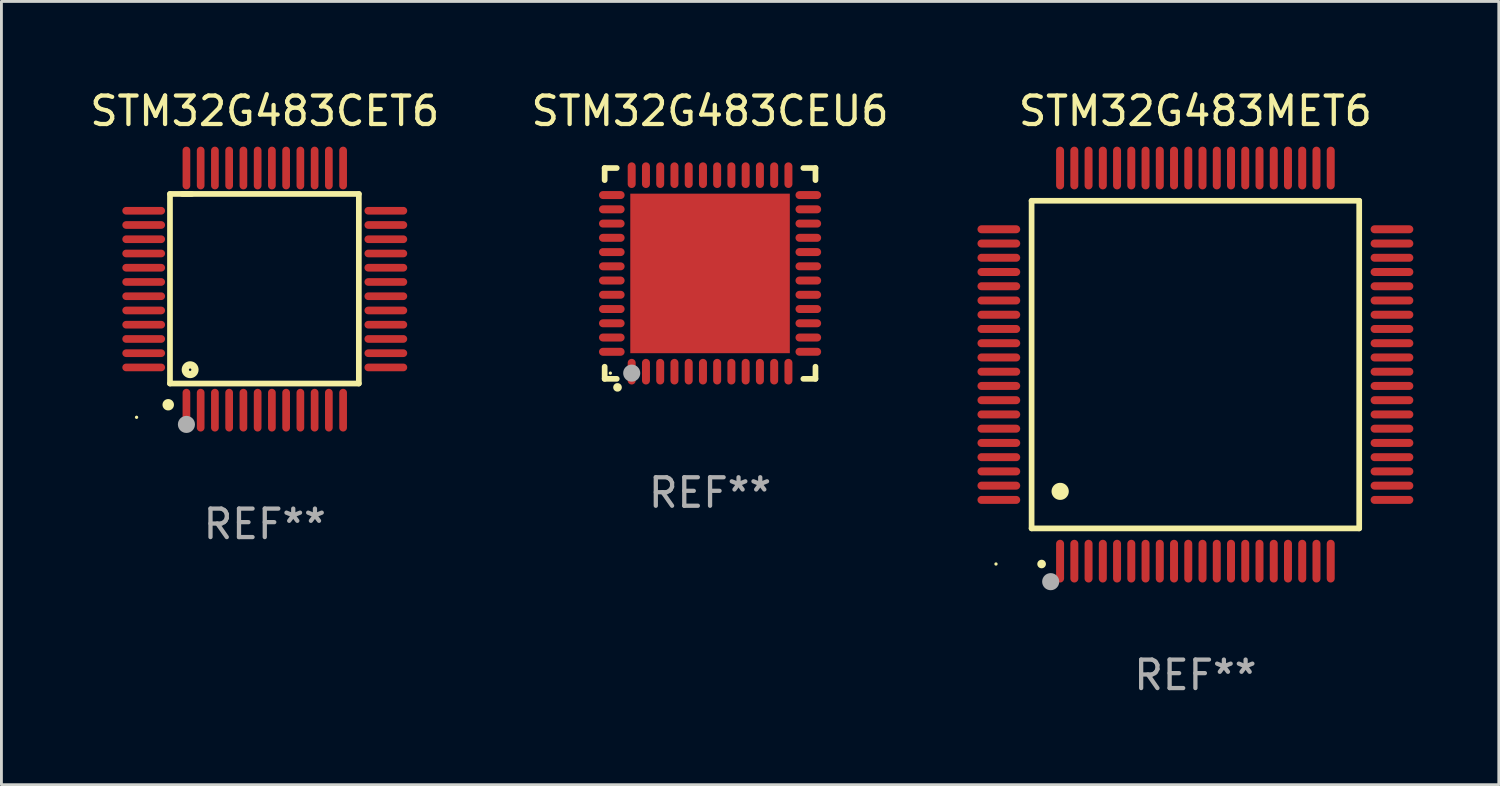
<source format=kicad_pcb>
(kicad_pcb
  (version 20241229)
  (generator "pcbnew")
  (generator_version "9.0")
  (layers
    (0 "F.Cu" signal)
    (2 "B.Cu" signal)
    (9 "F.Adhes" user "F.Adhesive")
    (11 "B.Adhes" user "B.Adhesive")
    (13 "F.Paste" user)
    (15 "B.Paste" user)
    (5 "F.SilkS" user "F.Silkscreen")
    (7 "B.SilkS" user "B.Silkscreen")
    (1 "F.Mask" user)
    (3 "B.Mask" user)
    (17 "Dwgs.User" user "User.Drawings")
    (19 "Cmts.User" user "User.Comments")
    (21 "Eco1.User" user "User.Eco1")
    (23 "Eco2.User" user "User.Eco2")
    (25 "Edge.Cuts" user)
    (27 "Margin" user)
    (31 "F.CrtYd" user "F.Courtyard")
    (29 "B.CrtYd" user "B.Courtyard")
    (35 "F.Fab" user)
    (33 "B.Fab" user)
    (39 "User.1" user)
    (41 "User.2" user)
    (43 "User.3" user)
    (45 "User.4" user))
  (footprint "STM32G483CET6"
    (layer "F.Cu")
    (at 6.244 7.098)
    (property "Reference" "STM32G483CET6" (at 0 -6.25 0) (layer "F.SilkS") (effects (font (size 1 1) (thickness 0.15))))
    (attr through_hole)
    (fp_line (start -3.327 -3.34) (end -2.565 -3.34) (stroke (width 0.2) (type solid)) (layer "F.SilkS"))
    (fp_line (start -3.327 3.315) (end -3.327 -3.34) (stroke (width 0.2) (type solid)) (layer "F.SilkS"))
    (fp_line (start -2.896 -3.34) (end 3.302 -3.34) (stroke (width 0.2) (type solid)) (layer "F.SilkS"))
    (fp_line (start 3.302 -3.34) (end 3.302 3.315) (stroke (width 0.2) (type solid)) (layer "F.SilkS"))
    (fp_line (start 3.302 3.315) (end -3.327 3.315) (stroke (width 0.2) (type solid)) (layer "F.SilkS"))
    (fp_arc (start -3.389992 4.059995) (mid -3.388722 4.059991) (end -3.387452 4.059995) (stroke (width 0.4) (type solid)) (layer "F.SilkS"))
    (fp_circle (center -4.5 4.5) (end -4.47 4.5) (stroke (width 0.06) (type solid)) (fill no) (layer "F.SilkS"))
    (fp_circle (center -2.62 2.83) (end -2.45 2.83) (stroke (width 0.254) (type solid)) (fill no) (layer "F.SilkS"))
    (fp_circle (center -2.75 4.75) (end -2.6 4.75) (stroke (width 0.3) (type solid)) (fill no) (layer "F.Fab"))
    (fp_text user "REF**" (at 0 8.25 0) (layer "F.Fab") (effects (font (size 1 1) (thickness 0.15))))
    (pad "1" smd oval (at -2.75 4.25) (size 0.27 1.5) (layers "F.Cu" "F.Mask" "F.Paste"))
    (pad "2" smd oval (at -2.25 4.25) (size 0.27 1.5) (layers "F.Cu" "F.Mask" "F.Paste"))
    (pad "3" smd oval (at -1.75 4.25) (size 0.27 1.5) (layers "F.Cu" "F.Mask" "F.Paste"))
    (pad "4" smd oval (at -1.25 4.25) (size 0.27 1.5) (layers "F.Cu" "F.Mask" "F.Paste"))
    (pad "5" smd oval (at -0.75 4.25) (size 0.27 1.5) (layers "F.Cu" "F.Mask" "F.Paste"))
    (pad "6" smd oval (at -0.25 4.25) (size 0.27 1.5) (layers "F.Cu" "F.Mask" "F.Paste"))
    (pad "7" smd oval (at 0.25 4.25) (size 0.27 1.5) (layers "F.Cu" "F.Mask" "F.Paste"))
    (pad "8" smd oval (at 0.75 4.25) (size 0.27 1.5) (layers "F.Cu" "F.Mask" "F.Paste"))
    (pad "9" smd oval (at 1.25 4.25) (size 0.27 1.5) (layers "F.Cu" "F.Mask" "F.Paste"))
    (pad "10" smd oval (at 1.75 4.25) (size 0.27 1.5) (layers "F.Cu" "F.Mask" "F.Paste"))
    (pad "11" smd oval (at 2.25 4.25) (size 0.27 1.5) (layers "F.Cu" "F.Mask" "F.Paste"))
    (pad "12" smd oval (at 2.75 4.25) (size 0.27 1.5) (layers "F.Cu" "F.Mask" "F.Paste"))
    (pad "13" smd oval (at 4.25 2.75) (size 1.5 0.27) (layers "F.Cu" "F.Mask" "F.Paste"))
    (pad "14" smd oval (at 4.25 2.25) (size 1.5 0.27) (layers "F.Cu" "F.Mask" "F.Paste"))
    (pad "15" smd oval (at 4.25 1.75) (size 1.5 0.27) (layers "F.Cu" "F.Mask" "F.Paste"))
    (pad "16" smd oval (at 4.25 1.25) (size 1.5 0.27) (layers "F.Cu" "F.Mask" "F.Paste"))
    (pad "17" smd oval (at 4.25 0.75) (size 1.5 0.27) (layers "F.Cu" "F.Mask" "F.Paste"))
    (pad "18" smd oval (at 4.25 0.25) (size 1.5 0.27) (layers "F.Cu" "F.Mask" "F.Paste"))
    (pad "19" smd oval (at 4.25 -0.25) (size 1.5 0.27) (layers "F.Cu" "F.Mask" "F.Paste"))
    (pad "20" smd oval (at 4.25 -0.75) (size 1.5 0.27) (layers "F.Cu" "F.Mask" "F.Paste"))
    (pad "21" smd oval (at 4.25 -1.25) (size 1.5 0.27) (layers "F.Cu" "F.Mask" "F.Paste"))
    (pad "22" smd oval (at 4.25 -1.75) (size 1.5 0.27) (layers "F.Cu" "F.Mask" "F.Paste"))
    (pad "23" smd oval (at 4.25 -2.25) (size 1.5 0.27) (layers "F.Cu" "F.Mask" "F.Paste"))
    (pad "24" smd oval (at 4.25 -2.75) (size 1.5 0.27) (layers "F.Cu" "F.Mask" "F.Paste"))
    (pad "25" smd oval (at 2.75 -4.25) (size 0.27 1.5) (layers "F.Cu" "F.Mask" "F.Paste"))
    (pad "26" smd oval (at 2.25 -4.25) (size 0.27 1.5) (layers "F.Cu" "F.Mask" "F.Paste"))
    (pad "27" smd oval (at 1.75 -4.25) (size 0.27 1.5) (layers "F.Cu" "F.Mask" "F.Paste"))
    (pad "28" smd oval (at 1.25 -4.25) (size 0.27 1.5) (layers "F.Cu" "F.Mask" "F.Paste"))
    (pad "29" smd oval (at 0.75 -4.25) (size 0.27 1.5) (layers "F.Cu" "F.Mask" "F.Paste"))
    (pad "30" smd oval (at 0.25 -4.25) (size 0.27 1.5) (layers "F.Cu" "F.Mask" "F.Paste"))
    (pad "31" smd oval (at -0.25 -4.25) (size 0.27 1.5) (layers "F.Cu" "F.Mask" "F.Paste"))
    (pad "32" smd oval (at -0.75 -4.25) (size 0.27 1.5) (layers "F.Cu" "F.Mask" "F.Paste"))
    (pad "33" smd oval (at -1.25 -4.25) (size 0.27 1.5) (layers "F.Cu" "F.Mask" "F.Paste"))
    (pad "34" smd oval (at -1.75 -4.25) (size 0.27 1.5) (layers "F.Cu" "F.Mask" "F.Paste"))
    (pad "35" smd oval (at -2.25 -4.25) (size 0.27 1.5) (layers "F.Cu" "F.Mask" "F.Paste"))
    (pad "36" smd oval (at -2.75 -4.25) (size 0.27 1.5) (layers "F.Cu" "F.Mask" "F.Paste"))
    (pad "37" smd oval (at -4.25 -2.75) (size 1.5 0.27) (layers "F.Cu" "F.Mask" "F.Paste"))
    (pad "38" smd oval (at -4.25 -2.25) (size 1.5 0.27) (layers "F.Cu" "F.Mask" "F.Paste"))
    (pad "39" smd oval (at -4.25 -1.75) (size 1.5 0.27) (layers "F.Cu" "F.Mask" "F.Paste"))
    (pad "40" smd oval (at -4.25 -1.25) (size 1.5 0.27) (layers "F.Cu" "F.Mask" "F.Paste"))
    (pad "41" smd oval (at -4.25 -0.75) (size 1.5 0.27) (layers "F.Cu" "F.Mask" "F.Paste"))
    (pad "42" smd oval (at -4.25 -0.25) (size 1.5 0.27) (layers "F.Cu" "F.Mask" "F.Paste"))
    (pad "43" smd oval (at -4.25 0.25) (size 1.5 0.27) (layers "F.Cu" "F.Mask" "F.Paste"))
    (pad "44" smd oval (at -4.25 0.75) (size 1.5 0.27) (layers "F.Cu" "F.Mask" "F.Paste"))
    (pad "45" smd oval (at -4.25 1.25) (size 1.5 0.27) (layers "F.Cu" "F.Mask" "F.Paste"))
    (pad "46" smd oval (at -4.25 1.75) (size 1.5 0.27) (layers "F.Cu" "F.Mask" "F.Paste"))
    (pad "47" smd oval (at -4.25 2.25) (size 1.5 0.27) (layers "F.Cu" "F.Mask" "F.Paste"))
    (pad "48" smd oval (at -4.25 2.75) (size 1.5 0.27) (layers "F.Cu" "F.Mask" "F.Paste")))
  (footprint "STM32G483MET6"
    (layer "F.Cu")
    (at 38.912 9.748)
    (property "Reference" "STM32G483MET6" (at 0 -8.9 0) (layer "F.SilkS") (effects (font (size 1 1) (thickness 0.15))))
    (attr through_hole)
    (fp_line (start -5.75 -5.75) (end 5.75 -5.75) (stroke (width 0.2) (type solid)) (layer "F.SilkS"))
    (fp_line (start -5.75 5.75) (end -5.75 -5.75) (stroke (width 0.2) (type solid)) (layer "F.SilkS"))
    (fp_line (start 5.75 -5.75) (end 5.75 5.75) (stroke (width 0.2) (type solid)) (layer "F.SilkS"))
    (fp_line (start 5.75 5.75) (end -5.75 5.75) (stroke (width 0.2) (type solid)) (layer "F.SilkS"))
    (fp_arc (start -5.400051 7.000254) (mid -5.398781 7.000249) (end -5.397511 7.000254) (stroke (width 0.3) (type solid)) (layer "F.SilkS"))
    (fp_arc (start -4.749809 4.450089) (mid -4.747269 4.450078) (end -4.744729 4.450089) (stroke (width 0.6) (type solid)) (layer "F.SilkS"))
    (fp_circle (center -7 7) (end -6.97 7) (stroke (width 0.06) (type solid)) (fill no) (layer "F.SilkS"))
    (fp_circle (center -5.08 7.62) (end -4.93 7.62) (stroke (width 0.3) (type solid)) (fill no) (layer "F.Fab"))
    (fp_text user "REF**" (at 0 10.9 0) (layer "F.Fab") (effects (font (size 1 1) (thickness 0.15))))
    (pad "1" smd oval (at -4.75 6.9 180) (size 0.28 1.5) (layers "F.Cu" "F.Mask" "F.Paste"))
    (pad "2" smd oval (at -4.25 6.9 180) (size 0.28 1.5) (layers "F.Cu" "F.Mask" "F.Paste"))
    (pad "3" smd oval (at -3.75 6.9 180) (size 0.28 1.5) (layers "F.Cu" "F.Mask" "F.Paste"))
    (pad "4" smd oval (at -3.25 6.9 180) (size 0.28 1.5) (layers "F.Cu" "F.Mask" "F.Paste"))
    (pad "5" smd oval (at -2.75 6.9 180) (size 0.28 1.5) (layers "F.Cu" "F.Mask" "F.Paste"))
    (pad "6" smd oval (at -2.25 6.9 180) (size 0.28 1.5) (layers "F.Cu" "F.Mask" "F.Paste"))
    (pad "7" smd oval (at -1.75 6.9 180) (size 0.28 1.5) (layers "F.Cu" "F.Mask" "F.Paste"))
    (pad "8" smd oval (at -1.25 6.9 180) (size 0.28 1.5) (layers "F.Cu" "F.Mask" "F.Paste"))
    (pad "9" smd oval (at -0.75 6.9 180) (size 0.28 1.5) (layers "F.Cu" "F.Mask" "F.Paste"))
    (pad "10" smd oval (at -0.25 6.9 180) (size 0.28 1.5) (layers "F.Cu" "F.Mask" "F.Paste"))
    (pad "11" smd oval (at 0.25 6.9 180) (size 0.28 1.5) (layers "F.Cu" "F.Mask" "F.Paste"))
    (pad "12" smd oval (at 0.75 6.9 180) (size 0.28 1.5) (layers "F.Cu" "F.Mask" "F.Paste"))
    (pad "13" smd oval (at 1.25 6.9 180) (size 0.28 1.5) (layers "F.Cu" "F.Mask" "F.Paste"))
    (pad "14" smd oval (at 1.75 6.9 180) (size 0.28 1.5) (layers "F.Cu" "F.Mask" "F.Paste"))
    (pad "15" smd oval (at 2.25 6.9 180) (size 0.28 1.5) (layers "F.Cu" "F.Mask" "F.Paste"))
    (pad "16" smd oval (at 2.75 6.9 180) (size 0.28 1.5) (layers "F.Cu" "F.Mask" "F.Paste"))
    (pad "17" smd oval (at 3.25 6.9 180) (size 0.28 1.5) (layers "F.Cu" "F.Mask" "F.Paste"))
    (pad "18" smd oval (at 3.75 6.9 180) (size 0.28 1.5) (layers "F.Cu" "F.Mask" "F.Paste"))
    (pad "19" smd oval (at 4.25 6.9 180) (size 0.28 1.5) (layers "F.Cu" "F.Mask" "F.Paste"))
    (pad "20" smd oval (at 4.75 6.9) (size 0.28 1.5) (layers "F.Cu" "F.Mask" "F.Paste"))
    (pad "21" smd oval (at 6.9 4.75 270) (size 0.28 1.5) (layers "F.Cu" "F.Mask" "F.Paste"))
    (pad "22" smd oval (at 6.9 4.25 90) (size 0.28 1.5) (layers "F.Cu" "F.Mask" "F.Paste"))
    (pad "23" smd oval (at 6.9 3.75 90) (size 0.28 1.5) (layers "F.Cu" "F.Mask" "F.Paste"))
    (pad "24" smd oval (at 6.9 3.25 90) (size 0.28 1.5) (layers "F.Cu" "F.Mask" "F.Paste"))
    (pad "25" smd oval (at 6.9 2.75 90) (size 0.28 1.5) (layers "F.Cu" "F.Mask" "F.Paste"))
    (pad "26" smd oval (at 6.9 2.25 90) (size 0.28 1.5) (layers "F.Cu" "F.Mask" "F.Paste"))
    (pad "27" smd oval (at 6.9 1.75 90) (size 0.28 1.5) (layers "F.Cu" "F.Mask" "F.Paste"))
    (pad "28" smd oval (at 6.9 1.25 90) (size 0.28 1.5) (layers "F.Cu" "F.Mask" "F.Paste"))
    (pad "29" smd oval (at 6.9 0.75 90) (size 0.28 1.5) (layers "F.Cu" "F.Mask" "F.Paste"))
    (pad "30" smd oval (at 6.9 0.25 90) (size 0.28 1.5) (layers "F.Cu" "F.Mask" "F.Paste"))
    (pad "31" smd oval (at 6.9 -0.25 90) (size 0.28 1.5) (layers "F.Cu" "F.Mask" "F.Paste"))
    (pad "32" smd oval (at 6.9 -0.75 90) (size 0.28 1.5) (layers "F.Cu" "F.Mask" "F.Paste"))
    (pad "33" smd oval (at 6.9 -1.25 90) (size 0.28 1.5) (layers "F.Cu" "F.Mask" "F.Paste"))
    (pad "34" smd oval (at 6.9 -1.75 90) (size 0.28 1.5) (layers "F.Cu" "F.Mask" "F.Paste"))
    (pad "35" smd oval (at 6.9 -2.25 90) (size 0.28 1.5) (layers "F.Cu" "F.Mask" "F.Paste"))
    (pad "36" smd oval (at 6.9 -2.75 90) (size 0.28 1.5) (layers "F.Cu" "F.Mask" "F.Paste"))
    (pad "37" smd oval (at 6.9 -3.25 90) (size 0.28 1.5) (layers "F.Cu" "F.Mask" "F.Paste"))
    (pad "38" smd oval (at 6.9 -3.75 90) (size 0.28 1.5) (layers "F.Cu" "F.Mask" "F.Paste"))
    (pad "39" smd oval (at 6.9 -4.25 90) (size 0.28 1.5) (layers "F.Cu" "F.Mask" "F.Paste"))
    (pad "40" smd oval (at 6.9 -4.75 90) (size 0.28 1.5) (layers "F.Cu" "F.Mask" "F.Paste"))
    (pad "41" smd oval (at 4.75 -6.9) (size 0.28 1.5) (layers "F.Cu" "F.Mask" "F.Paste"))
    (pad "42" smd oval (at 4.25 -6.9 180) (size 0.28 1.5) (layers "F.Cu" "F.Mask" "F.Paste"))
    (pad "43" smd oval (at 3.75 -6.9 180) (size 0.28 1.5) (layers "F.Cu" "F.Mask" "F.Paste"))
    (pad "44" smd oval (at 3.25 -6.9 180) (size 0.28 1.5) (layers "F.Cu" "F.Mask" "F.Paste"))
    (pad "45" smd oval (at 2.75 -6.9 180) (size 0.28 1.5) (layers "F.Cu" "F.Mask" "F.Paste"))
    (pad "46" smd oval (at 2.25 -6.9 180) (size 0.28 1.5) (layers "F.Cu" "F.Mask" "F.Paste"))
    (pad "47" smd oval (at 1.75 -6.9 180) (size 0.28 1.5) (layers "F.Cu" "F.Mask" "F.Paste"))
    (pad "48" smd oval (at 1.25 -6.9 180) (size 0.28 1.5) (layers "F.Cu" "F.Mask" "F.Paste"))
    (pad "49" smd oval (at 0.75 -6.9 180) (size 0.28 1.5) (layers "F.Cu" "F.Mask" "F.Paste"))
    (pad "50" smd oval (at 0.25 -6.9 180) (size 0.28 1.5) (layers "F.Cu" "F.Mask" "F.Paste"))
    (pad "51" smd oval (at -0.25 -6.9 180) (size 0.28 1.5) (layers "F.Cu" "F.Mask" "F.Paste"))
    (pad "52" smd oval (at -0.75 -6.9 180) (size 0.28 1.5) (layers "F.Cu" "F.Mask" "F.Paste"))
    (pad "53" smd oval (at -1.25 -6.9 180) (size 0.28 1.5) (layers "F.Cu" "F.Mask" "F.Paste"))
    (pad "54" smd oval (at -1.75 -6.9 180) (size 0.28 1.5) (layers "F.Cu" "F.Mask" "F.Paste"))
    (pad "55" smd oval (at -2.25 -6.9 180) (size 0.28 1.5) (layers "F.Cu" "F.Mask" "F.Paste"))
    (pad "56" smd oval (at -2.75 -6.9 180) (size 0.28 1.5) (layers "F.Cu" "F.Mask" "F.Paste"))
    (pad "57" smd oval (at -3.25 -6.9 180) (size 0.28 1.5) (layers "F.Cu" "F.Mask" "F.Paste"))
    (pad "58" smd oval (at -3.75 -6.9 180) (size 0.28 1.5) (layers "F.Cu" "F.Mask" "F.Paste"))
    (pad "59" smd oval (at -4.25 -6.9 180) (size 0.28 1.5) (layers "F.Cu" "F.Mask" "F.Paste"))
    (pad "60" smd oval (at -4.75 -6.9 180) (size 0.28 1.5) (layers "F.Cu" "F.Mask" "F.Paste"))
    (pad "61" smd oval (at -6.9 -4.75 90) (size 0.28 1.5) (layers "F.Cu" "F.Mask" "F.Paste"))
    (pad "62" smd oval (at -6.9 -4.25 90) (size 0.28 1.5) (layers "F.Cu" "F.Mask" "F.Paste"))
    (pad "63" smd oval (at -6.9 -3.75 90) (size 0.28 1.5) (layers "F.Cu" "F.Mask" "F.Paste"))
    (pad "64" smd oval (at -6.9 -3.25 90) (size 0.28 1.5) (layers "F.Cu" "F.Mask" "F.Paste"))
    (pad "65" smd oval (at -6.9 -2.75 90) (size 0.28 1.5) (layers "F.Cu" "F.Mask" "F.Paste"))
    (pad "66" smd oval (at -6.9 -2.25 90) (size 0.28 1.5) (layers "F.Cu" "F.Mask" "F.Paste"))
    (pad "67" smd oval (at -6.9 -1.75 90) (size 0.28 1.5) (layers "F.Cu" "F.Mask" "F.Paste"))
    (pad "68" smd oval (at -6.9 -1.25 90) (size 0.28 1.5) (layers "F.Cu" "F.Mask" "F.Paste"))
    (pad "69" smd oval (at -6.9 -0.75 90) (size 0.28 1.5) (layers "F.Cu" "F.Mask" "F.Paste"))
    (pad "70" smd oval (at -6.9 -0.25 90) (size 0.28 1.5) (layers "F.Cu" "F.Mask" "F.Paste"))
    (pad "71" smd oval (at -6.9 0.25 90) (size 0.28 1.5) (layers "F.Cu" "F.Mask" "F.Paste"))
    (pad "72" smd oval (at -6.9 0.75 90) (size 0.28 1.5) (layers "F.Cu" "F.Mask" "F.Paste"))
    (pad "73" smd oval (at -6.9 1.25 90) (size 0.28 1.5) (layers "F.Cu" "F.Mask" "F.Paste"))
    (pad "74" smd oval (at -6.9 1.75 90) (size 0.28 1.5) (layers "F.Cu" "F.Mask" "F.Paste"))
    (pad "75" smd oval (at -6.9 2.25 90) (size 0.28 1.5) (layers "F.Cu" "F.Mask" "F.Paste"))
    (pad "76" smd oval (at -6.9 2.75 90) (size 0.28 1.5) (layers "F.Cu" "F.Mask" "F.Paste"))
    (pad "77" smd oval (at -6.9 3.25 90) (size 0.28 1.5) (layers "F.Cu" "F.Mask" "F.Paste"))
    (pad "78" smd oval (at -6.9 3.75 90) (size 0.28 1.5) (layers "F.Cu" "F.Mask" "F.Paste"))
    (pad "79" smd oval (at -6.9 4.25 90) (size 0.28 1.5) (layers "F.Cu" "F.Mask" "F.Paste"))
    (pad "80" smd oval (at -6.9 4.75 270) (size 0.28 1.5) (layers "F.Cu" "F.Mask" "F.Paste")))
  (footprint "STM32G483CEU6"
    (layer "F.Cu")
    (at 21.875 6.548)
    (property "Reference" "STM32G483CEU6" (at 0 -5.7 0) (layer "F.SilkS") (effects (font (size 1 1) (thickness 0.15))))
    (attr through_hole)
    (fp_line (start -3.7 -3.7) (end -3.275 -3.7) (stroke (width 0.2) (type solid)) (layer "F.SilkS"))
    (fp_line (start -3.7 -3.275) (end -3.7 -3.7) (stroke (width 0.2) (type solid)) (layer "F.SilkS"))
    (fp_line (start -3.7 3.7) (end -3.7 3.275) (stroke (width 0.2) (type solid)) (layer "F.SilkS"))
    (fp_line (start -3.275 3.7) (end -3.7 3.7) (stroke (width 0.2) (type solid)) (layer "F.SilkS"))
    (fp_line (start 3.7 -3.7) (end 3.275 -3.7) (stroke (width 0.2) (type solid)) (layer "F.SilkS"))
    (fp_line (start 3.7 -3.275) (end 3.7 -3.7) (stroke (width 0.2) (type solid)) (layer "F.SilkS"))
    (fp_line (start 3.7 3.275) (end 3.7 3.7) (stroke (width 0.2) (type solid)) (layer "F.SilkS"))
    (fp_line (start 3.7 3.7) (end 3.275 3.7) (stroke (width 0.2) (type solid)) (layer "F.SilkS"))
    (fp_arc (start -3.249936 3.999975) (mid -3.248666 3.99997) (end -3.247396 3.999975) (stroke (width 0.3) (type solid)) (layer "F.SilkS"))
    (fp_circle (center -3.5 3.5) (end -3.47 3.5) (stroke (width 0.06) (type solid)) (fill no) (layer "F.SilkS"))
    (fp_circle (center -2.75 3.5) (end -2.6 3.5) (stroke (width 0.3) (type solid)) (fill no) (layer "F.Fab"))
    (fp_text user "REF**" (at 0 7.7 0) (layer "F.Fab") (effects (font (size 1 1) (thickness 0.15))))
    (pad "1" smd oval (at -2.751 3.449) (size 0.28 0.9) (layers "F.Cu" "F.Mask" "F.Paste"))
    (pad "2" smd oval (at -2.25 3.449) (size 0.28 0.9) (layers "F.Cu" "F.Mask" "F.Paste"))
    (pad "3" smd oval (at -1.75 3.449) (size 0.28 0.9) (layers "F.Cu" "F.Mask" "F.Paste"))
    (pad "4" smd oval (at -1.25 3.449) (size 0.28 0.9) (layers "F.Cu" "F.Mask" "F.Paste"))
    (pad "5" smd oval (at -0.749 3.449) (size 0.28 0.9) (layers "F.Cu" "F.Mask" "F.Paste"))
    (pad "6" smd oval (at -0.249 3.449) (size 0.28 0.9) (layers "F.Cu" "F.Mask" "F.Paste"))
    (pad "7" smd oval (at 0.249 3.449) (size 0.28 0.9) (layers "F.Cu" "F.Mask" "F.Paste"))
    (pad "8" smd oval (at 0.749 3.449) (size 0.28 0.9) (layers "F.Cu" "F.Mask" "F.Paste"))
    (pad "9" smd oval (at 1.25 3.449) (size 0.28 0.9) (layers "F.Cu" "F.Mask" "F.Paste"))
    (pad "10" smd oval (at 1.75 3.449) (size 0.28 0.9) (layers "F.Cu" "F.Mask" "F.Paste"))
    (pad "11" smd oval (at 2.251 3.449) (size 0.28 0.9) (layers "F.Cu" "F.Mask" "F.Paste"))
    (pad "12" smd oval (at 2.751 3.449) (size 0.28 0.9) (layers "F.Cu" "F.Mask" "F.Paste"))
    (pad "13" smd oval (at 3.449 2.75) (size 0.9 0.28) (layers "F.Cu" "F.Mask" "F.Paste"))
    (pad "14" smd oval (at 3.449 2.25) (size 0.9 0.28) (layers "F.Cu" "F.Mask" "F.Paste"))
    (pad "15" smd oval (at 3.449 1.75) (size 0.9 0.28) (layers "F.Cu" "F.Mask" "F.Paste"))
    (pad "16" smd oval (at 3.449 1.25) (size 0.9 0.28) (layers "F.Cu" "F.Mask" "F.Paste"))
    (pad "17" smd oval (at 3.449 0.75) (size 0.9 0.28) (layers "F.Cu" "F.Mask" "F.Paste"))
    (pad "18" smd oval (at 3.449 0.25) (size 0.9 0.28) (layers "F.Cu" "F.Mask" "F.Paste"))
    (pad "19" smd oval (at 3.449 -0.25) (size 0.9 0.28) (layers "F.Cu" "F.Mask" "F.Paste"))
    (pad "20" smd oval (at 3.449 -0.75) (size 0.9 0.28) (layers "F.Cu" "F.Mask" "F.Paste"))
    (pad "21" smd oval (at 3.449 -1.25) (size 0.9 0.28) (layers "F.Cu" "F.Mask" "F.Paste"))
    (pad "22" smd oval (at 3.449 -1.75) (size 0.9 0.28) (layers "F.Cu" "F.Mask" "F.Paste"))
    (pad "23" smd oval (at 3.449 -2.25) (size 0.9 0.28) (layers "F.Cu" "F.Mask" "F.Paste"))
    (pad "24" smd oval (at 3.449 -2.75) (size 0.9 0.28) (layers "F.Cu" "F.Mask" "F.Paste"))
    (pad "25" smd oval (at 2.751 -3.449) (size 0.28 0.9) (layers "F.Cu" "F.Mask" "F.Paste"))
    (pad "26" smd oval (at 2.251 -3.449) (size 0.28 0.9) (layers "F.Cu" "F.Mask" "F.Paste"))
    (pad "27" smd oval (at 1.75 -3.449) (size 0.28 0.9) (layers "F.Cu" "F.Mask" "F.Paste"))
    (pad "28" smd oval (at 1.25 -3.449) (size 0.28 0.9) (layers "F.Cu" "F.Mask" "F.Paste"))
    (pad "29" smd oval (at 0.749 -3.449) (size 0.28 0.9) (layers "F.Cu" "F.Mask" "F.Paste"))
    (pad "30" smd oval (at 0.249 -3.449) (size 0.28 0.9) (layers "F.Cu" "F.Mask" "F.Paste"))
    (pad "31" smd oval (at -0.249 -3.449) (size 0.28 0.9) (layers "F.Cu" "F.Mask" "F.Paste"))
    (pad "32" smd oval (at -0.749 -3.449) (size 0.28 0.9) (layers "F.Cu" "F.Mask" "F.Paste"))
    (pad "33" smd oval (at -1.25 -3.449) (size 0.28 0.9) (layers "F.Cu" "F.Mask" "F.Paste"))
    (pad "34" smd oval (at -1.75 -3.449) (size 0.28 0.9) (layers "F.Cu" "F.Mask" "F.Paste"))
    (pad "35" smd oval (at -2.25 -3.449) (size 0.28 0.9) (layers "F.Cu" "F.Mask" "F.Paste"))
    (pad "36" smd oval (at -2.751 -3.449) (size 0.28 0.9) (layers "F.Cu" "F.Mask" "F.Paste"))
    (pad "37" smd oval (at -3.449 -2.751) (size 0.9 0.28) (layers "F.Cu" "F.Mask" "F.Paste"))
    (pad "38" smd oval (at -3.449 -2.25) (size 0.9 0.28) (layers "F.Cu" "F.Mask" "F.Paste"))
    (pad "39" smd oval (at -3.449 -1.75) (size 0.9 0.28) (layers "F.Cu" "F.Mask" "F.Paste"))
    (pad "40" smd oval (at -3.449 -1.25) (size 0.9 0.28) (layers "F.Cu" "F.Mask" "F.Paste"))
    (pad "41" smd oval (at -3.449 -0.749) (size 0.9 0.28) (layers "F.Cu" "F.Mask" "F.Paste"))
    (pad "42" smd oval (at -3.449 -0.249) (size 0.9 0.28) (layers "F.Cu" "F.Mask" "F.Paste"))
    (pad "43" smd oval (at -3.449 0.249) (size 0.9 0.28) (layers "F.Cu" "F.Mask" "F.Paste"))
    (pad "44" smd oval (at -3.449 0.749) (size 0.9 0.28) (layers "F.Cu" "F.Mask" "F.Paste"))
    (pad "45" smd oval (at -3.449 1.25) (size 0.9 0.28) (layers "F.Cu" "F.Mask" "F.Paste"))
    (pad "46" smd oval (at -3.449 1.75) (size 0.9 0.28) (layers "F.Cu" "F.Mask" "F.Paste"))
    (pad "47" smd oval (at -3.449 2.25) (size 0.9 0.28) (layers "F.Cu" "F.Mask" "F.Paste"))
    (pad "48" smd oval (at -3.449 2.751) (size 0.9 0.28) (layers "F.Cu" "F.Mask" "F.Paste"))
    (pad "49" smd rect (at 0.000076 -0.000025) (size 5.6 5.6) (layers "F.Cu" "F.Mask" "F.Paste")))
  (gr_rect
    (start -3 -3)
    (end 49.562 24.496)
    (stroke (width 0.1) (type default))
    (fill no)
    (layer "Edge.Cuts")))
</source>
